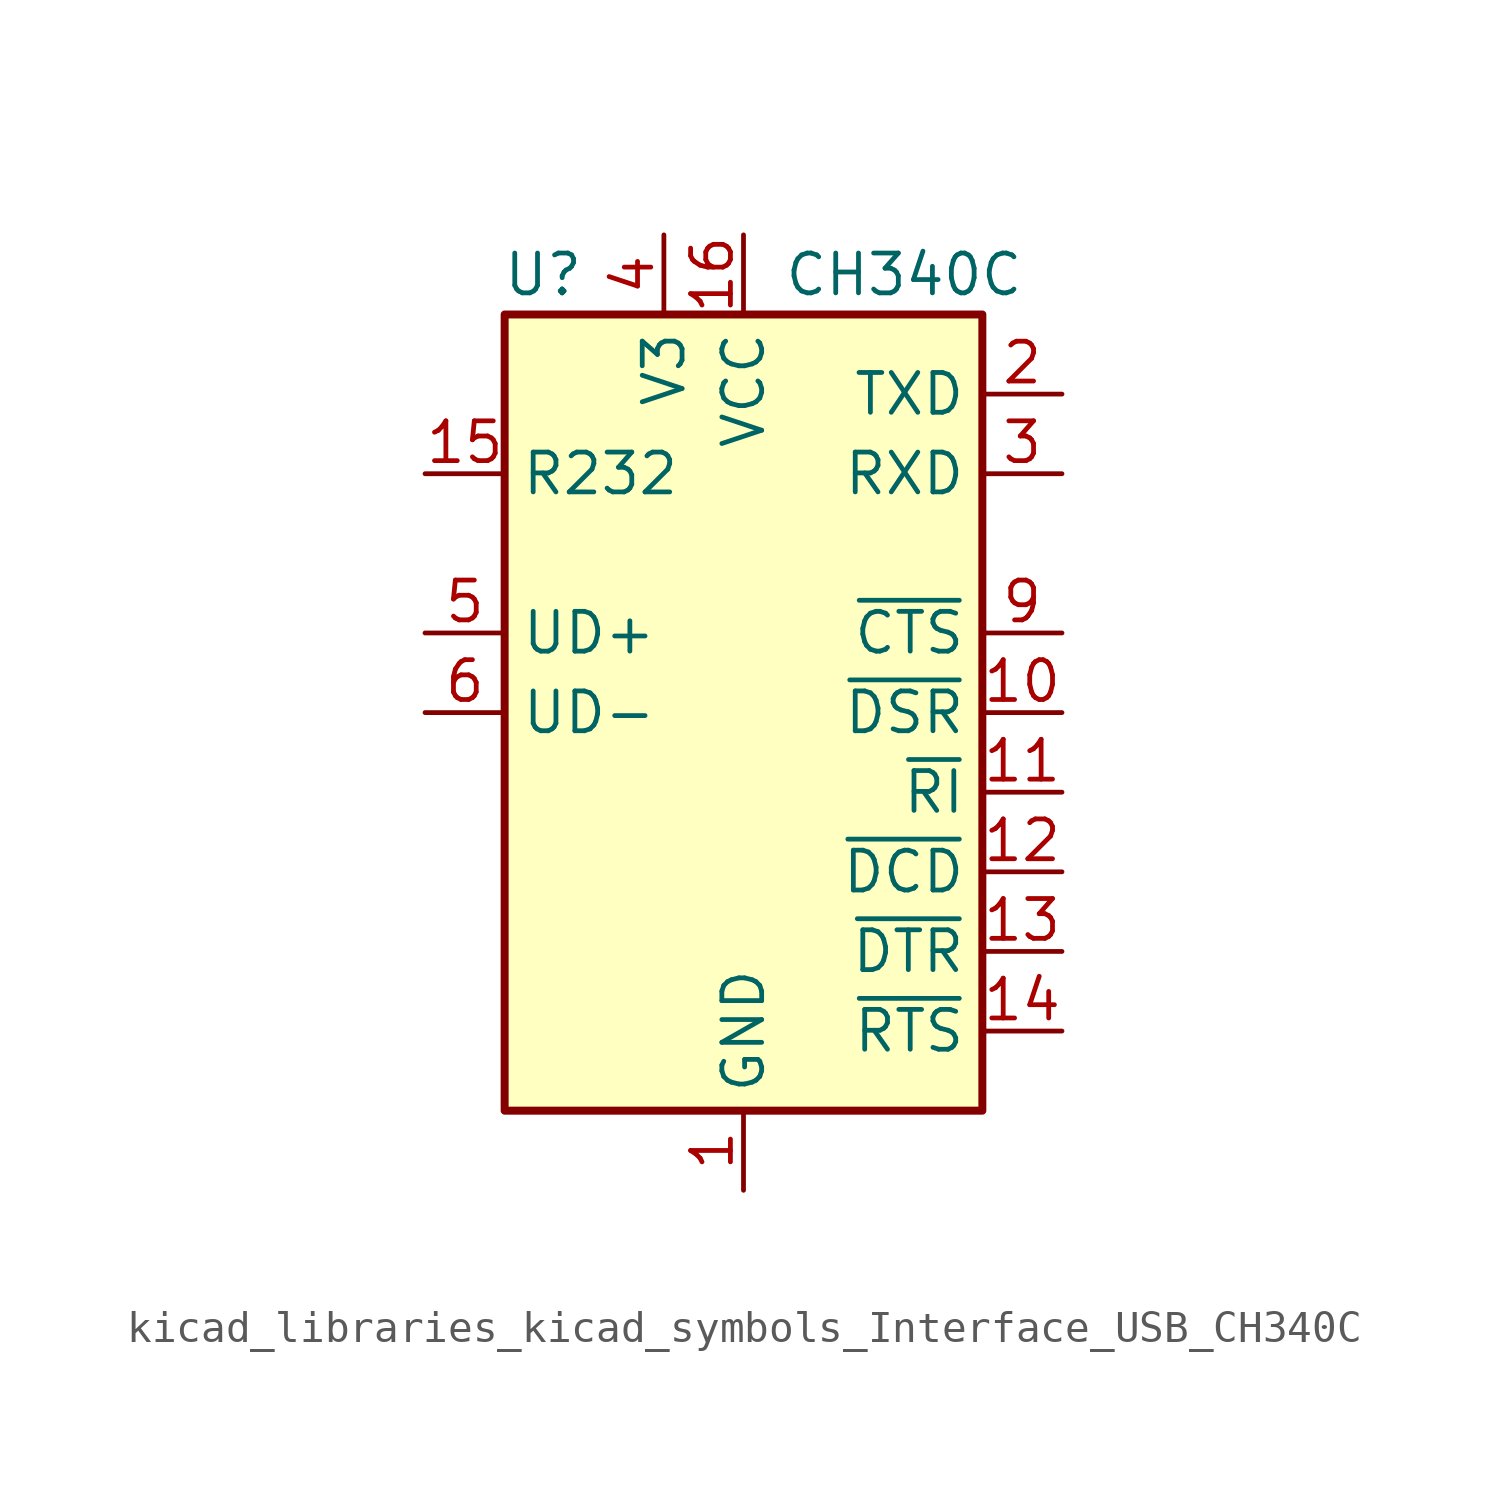
<source format=kicad_sym>
(kicad_symbol_lib
  (version 20220914)
  (generator kicad_symbol_editor)
  (symbol "kicad_libraries_kicad_symbols_Interface_USB_CH340C"
    (property "Reference" "U"
      (at -5.08 13.97 0)
      (effects (font (size 1.27 1.27)) (justify right)))
    (property "Value" "CH340C"
      (at 1.27 13.97 0)
      (effects (font (size 1.27 1.27)) (justify left)))
    (symbol "kicad_libraries_kicad_symbols_Interface_USB_CH340C_0_1"
      (rectangle (start -7.62 12.7) (end 7.62 -12.7) (stroke (width 0.254) (type default)) (fill (type background))))
    (symbol "kicad_libraries_kicad_symbols_Interface_USB_CH340C_1_1"
      (pin power_in line (at 0 -15.24 90) (length 2.54) (name "GND" (effects (font (size 1.27 1.27)))) (number "1" (effects (font (size 1.27 1.27)))))
      (pin input line (at 10.16 0 180) (length 2.54) (name "~{DSR}" (effects (font (size 1.27 1.27)))) (number "10" (effects (font (size 1.27 1.27)))))
      (pin input line (at 10.16 -2.54 180) (length 2.54) (name "~{RI}" (effects (font (size 1.27 1.27)))) (number "11" (effects (font (size 1.27 1.27)))))
      (pin input line (at 10.16 -5.08 180) (length 2.54) (name "~{DCD}" (effects (font (size 1.27 1.27)))) (number "12" (effects (font (size 1.27 1.27)))))
      (pin output line (at 10.16 -7.62 180) (length 2.54) (name "~{DTR}" (effects (font (size 1.27 1.27)))) (number "13" (effects (font (size 1.27 1.27)))))
      (pin output line (at 10.16 -10.16 180) (length 2.54) (name "~{RTS}" (effects (font (size 1.27 1.27)))) (number "14" (effects (font (size 1.27 1.27)))))
      (pin input line (at -10.16 7.62 0) (length 2.54) (name "R232" (effects (font (size 1.27 1.27)))) (number "15" (effects (font (size 1.27 1.27)))))
      (pin power_in line (at 0 15.24 270) (length 2.54) (name "VCC" (effects (font (size 1.27 1.27)))) (number "16" (effects (font (size 1.27 1.27)))))
      (pin output line (at 10.16 10.16 180) (length 2.54) (name "TXD" (effects (font (size 1.27 1.27)))) (number "2" (effects (font (size 1.27 1.27)))))
      (pin input line (at 10.16 7.62 180) (length 2.54) (name "RXD" (effects (font (size 1.27 1.27)))) (number "3" (effects (font (size 1.27 1.27)))))
      (pin passive line (at -2.54 15.24 270) (length 2.54) (name "V3" (effects (font (size 1.27 1.27)))) (number "4" (effects (font (size 1.27 1.27)))))
      (pin bidirectional line (at -10.16 2.54 0) (length 2.54) (name "UD+" (effects (font (size 1.27 1.27)))) (number "5" (effects (font (size 1.27 1.27)))))
      (pin bidirectional line (at -10.16 0 0) (length 2.54) (name "UD-" (effects (font (size 1.27 1.27)))) (number "6" (effects (font (size 1.27 1.27)))))
      (pin no_connect line (at -7.62 -7.62 0) (length 2.54) hide (name "NC" (effects (font (size 1.27 1.27)))) (number "7" (effects (font (size 1.27 1.27)))))
      (pin no_connect line (at -7.62 -10.16 0) (length 2.54) hide (name "NC" (effects (font (size 1.27 1.27)))) (number "8" (effects (font (size 1.27 1.27)))))
      (pin input line (at 10.16 2.54 180) (length 2.54) (name "~{CTS}" (effects (font (size 1.27 1.27)))) (number "9" (effects (font (size 1.27 1.27))))))))
</source>
